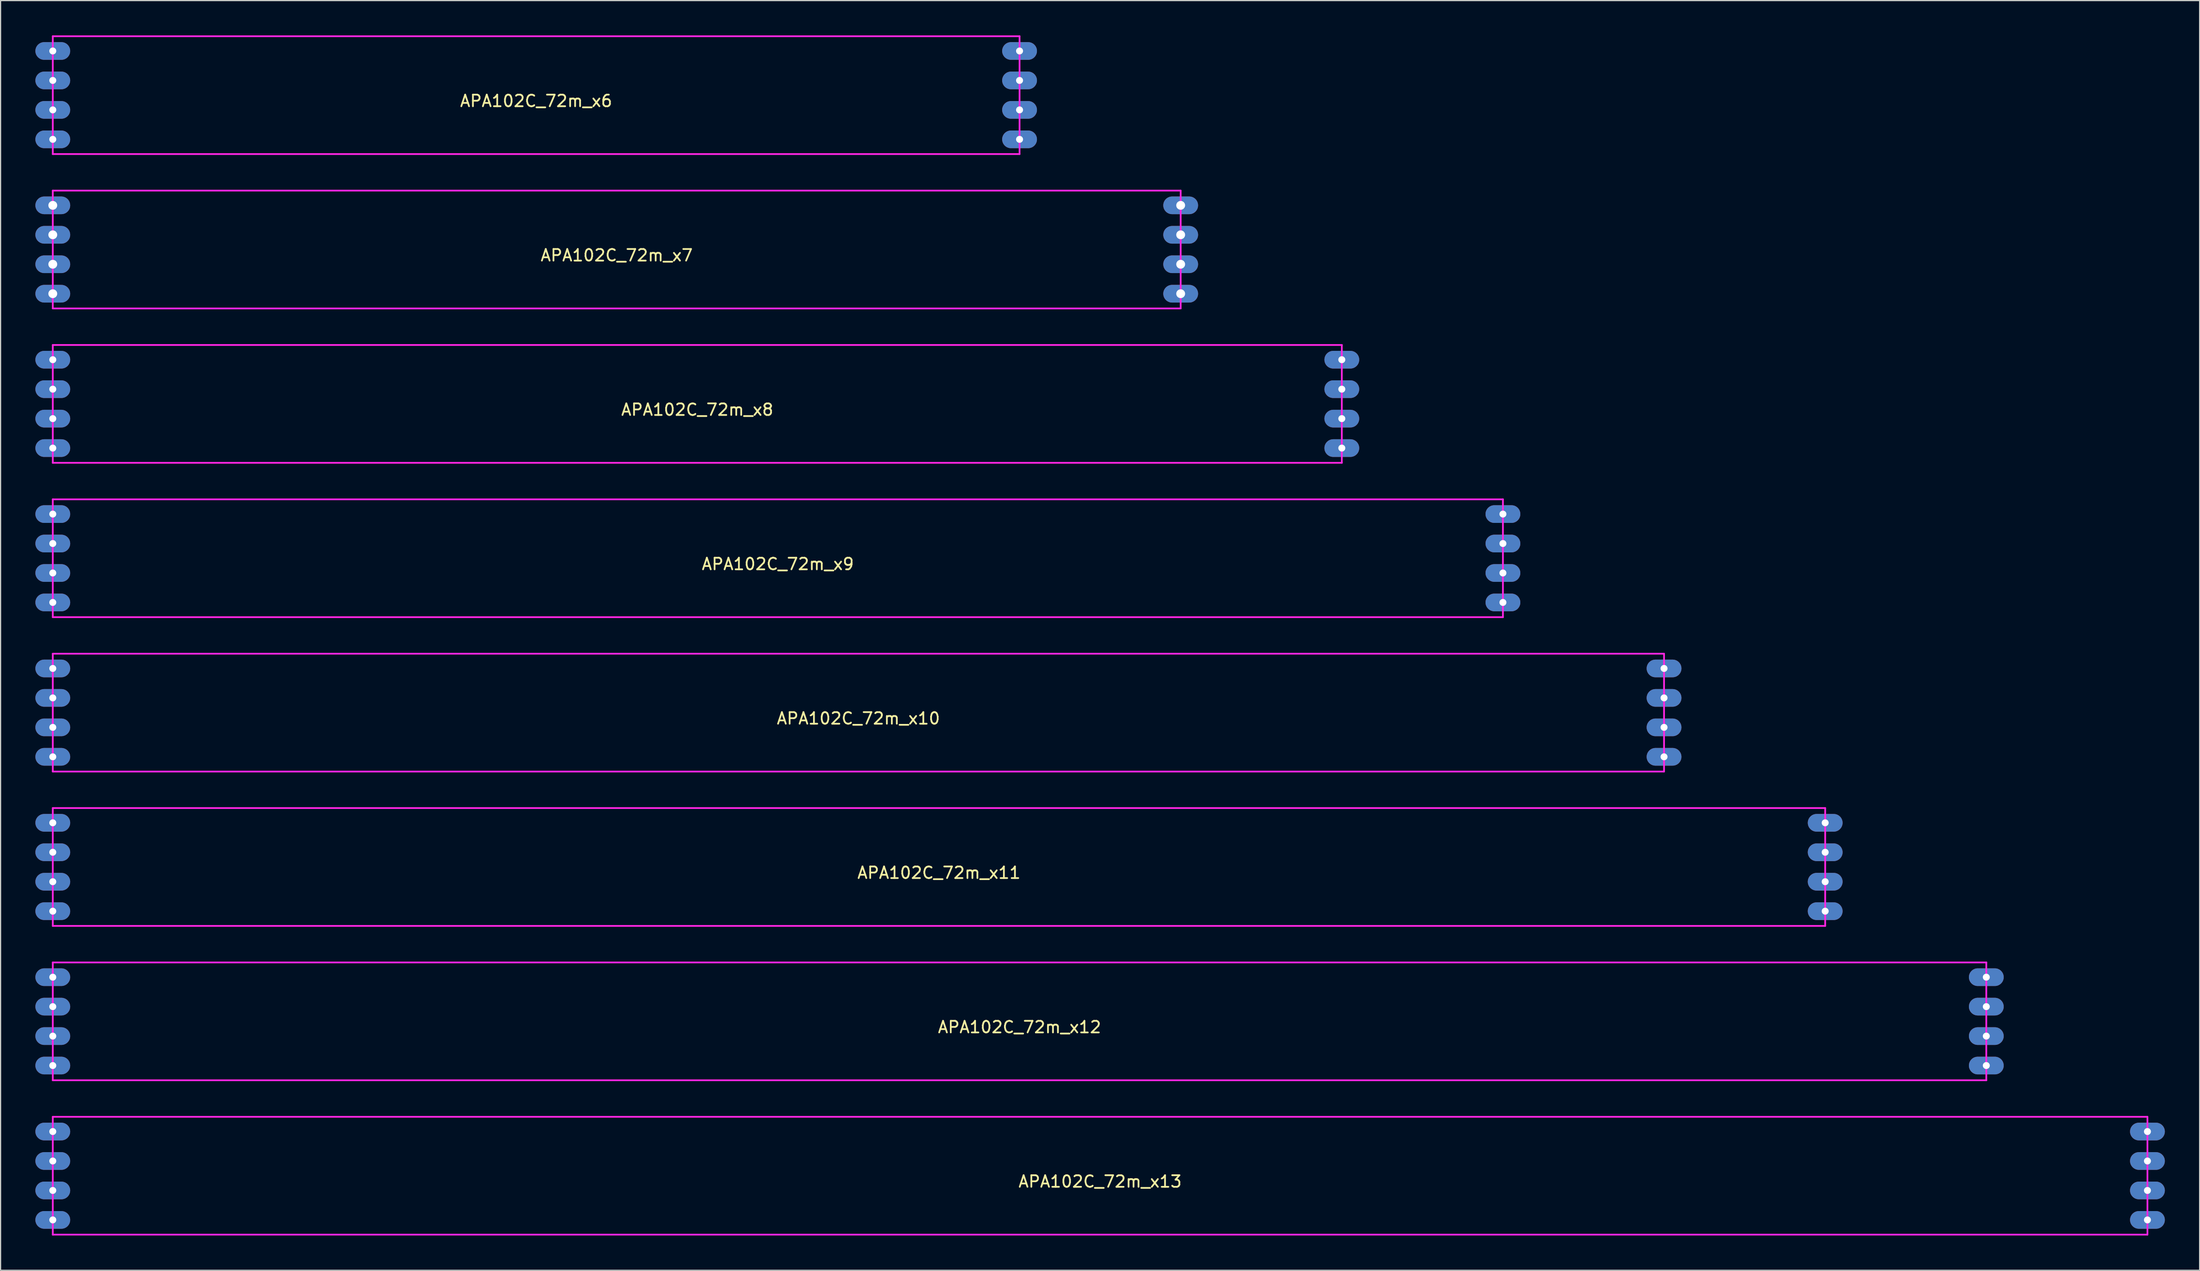
<source format=kicad_pcb>
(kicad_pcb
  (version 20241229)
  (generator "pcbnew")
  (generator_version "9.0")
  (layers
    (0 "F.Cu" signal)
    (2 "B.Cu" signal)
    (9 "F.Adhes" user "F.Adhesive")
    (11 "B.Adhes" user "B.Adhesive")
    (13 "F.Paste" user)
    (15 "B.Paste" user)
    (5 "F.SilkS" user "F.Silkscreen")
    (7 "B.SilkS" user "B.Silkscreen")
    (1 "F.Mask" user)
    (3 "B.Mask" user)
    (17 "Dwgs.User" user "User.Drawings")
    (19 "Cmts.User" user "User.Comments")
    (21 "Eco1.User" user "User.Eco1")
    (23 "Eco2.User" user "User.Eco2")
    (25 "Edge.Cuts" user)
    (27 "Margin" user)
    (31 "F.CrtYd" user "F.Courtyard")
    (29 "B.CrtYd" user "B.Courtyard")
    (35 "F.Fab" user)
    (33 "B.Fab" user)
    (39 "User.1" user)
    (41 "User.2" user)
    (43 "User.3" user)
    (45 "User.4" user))
  (footprint "APA102C_72m_x6"
    (layer "F.Cu")
    (at 43.167 5.155)
    (property "Reference" "APA102C_72m_x6" (at 0 0.5 0) (layer "F.SilkS") (effects (font (size 1 1) (thickness 0.15))))
    (attr through_hole)
    (fp_line (start -41.667 -5.08) (end -41.667 5.08) (stroke (width 0.15) (type solid)) (layer "F.CrtYd"))
    (fp_line (start -41.667 5.08) (end 41.667 5.08) (stroke (width 0.15) (type solid)) (layer "F.CrtYd"))
    (fp_line (start 41.667 -5.08) (end -41.667 -5.08) (stroke (width 0.15) (type solid)) (layer "F.CrtYd"))
    (fp_line (start 41.667 5.08) (end 41.667 -5.08) (stroke (width 0.15) (type solid)) (layer "F.CrtYd"))
    (pad "1" thru_hole oval (at -41.667 -3.81) (size 3 1.524) (drill 0.6) (layers "*.Cu" "*.Mask"))
    (pad "2" thru_hole oval (at -41.667 -1.27) (size 3 1.524) (drill 0.6) (layers "*.Cu" "*.Mask"))
    (pad "3" thru_hole oval (at -41.667 1.27) (size 3 1.524) (drill 0.6) (layers "*.Cu" "*.Mask"))
    (pad "4" thru_hole oval (at -41.667 3.81) (size 3 1.524) (drill 0.6) (layers "*.Cu" "*.Mask"))
    (pad "5" thru_hole oval (at 41.667 -3.81) (size 3 1.524) (drill 0.6) (layers "*.Cu" "*.Mask"))
    (pad "6" thru_hole oval (at 41.667 -1.27) (size 3 1.524) (drill 0.6) (layers "*.Cu" "*.Mask"))
    (pad "7" thru_hole oval (at 41.667 1.27) (size 3 1.524) (drill 0.6) (layers "*.Cu" "*.Mask"))
    (pad "8" thru_hole oval (at 41.667 3.81) (size 3 1.524) (drill 0.6) (layers "*.Cu" "*.Mask")))
  (footprint "APA102C_72m_x13"
    (layer "F.Cu")
    (at 91.778 98.325)
    (property "Reference" "APA102C_72m_x13" (at 0 0.5 0) (layer "F.SilkS") (effects (font (size 1 1) (thickness 0.15))))
    (attr through_hole)
    (fp_line (start -90.278 -5.08) (end -90.278 5.08) (stroke (width 0.15) (type solid)) (layer "F.CrtYd"))
    (fp_line (start -90.278 5.08) (end 90.278 5.08) (stroke (width 0.15) (type solid)) (layer "F.CrtYd"))
    (fp_line (start 90.278 -5.08) (end -90.278 -5.08) (stroke (width 0.15) (type solid)) (layer "F.CrtYd"))
    (fp_line (start 90.278 5.08) (end 90.278 -5.08) (stroke (width 0.15) (type solid)) (layer "F.CrtYd"))
    (pad "1" thru_hole oval (at -90.278 -3.81) (size 3 1.524) (drill 0.6) (layers "*.Cu" "*.Mask"))
    (pad "2" thru_hole oval (at -90.278 -1.27) (size 3 1.524) (drill 0.6) (layers "*.Cu" "*.Mask"))
    (pad "3" thru_hole oval (at -90.278 1.27) (size 3 1.524) (drill 0.6) (layers "*.Cu" "*.Mask"))
    (pad "4" thru_hole oval (at -90.278 3.81) (size 3 1.524) (drill 0.6) (layers "*.Cu" "*.Mask"))
    (pad "5" thru_hole oval (at 90.278 -3.81) (size 3 1.524) (drill 0.6) (layers "*.Cu" "*.Mask"))
    (pad "6" thru_hole oval (at 90.278 -1.27) (size 3 1.524) (drill 0.6) (layers "*.Cu" "*.Mask"))
    (pad "7" thru_hole oval (at 90.278 1.27) (size 3 1.524) (drill 0.6) (layers "*.Cu" "*.Mask"))
    (pad "8" thru_hole oval (at 90.278 3.81) (size 3 1.524) (drill 0.6) (layers "*.Cu" "*.Mask")))
  (footprint "APA102C_72m_x7"
    (layer "F.Cu")
    (at 50.111 18.465)
    (property "Reference" "APA102C_72m_x7" (at 0 0.5 0) (layer "F.SilkS") (effects (font (size 1 1) (thickness 0.15))))
    (attr through_hole)
    (fp_line (start -48.611 -5.08) (end -48.611 5.08) (stroke (width 0.15) (type solid)) (layer "F.CrtYd"))
    (fp_line (start -48.611 5.08) (end 48.611 5.08) (stroke (width 0.15) (type solid)) (layer "F.CrtYd"))
    (fp_line (start 48.611 -5.08) (end -48.611 -5.08) (stroke (width 0.15) (type solid)) (layer "F.CrtYd"))
    (fp_line (start 48.611 5.08) (end 48.611 -5.08) (stroke (width 0.15) (type solid)) (layer "F.CrtYd"))
    (pad "1" thru_hole oval (at -48.611 -3.81) (size 3 1.524) (drill 0.762) (layers "*.Cu" "*.Mask"))
    (pad "2" thru_hole oval (at -48.611 -1.27) (size 3 1.524) (drill 0.762) (layers "*.Cu" "*.Mask"))
    (pad "3" thru_hole oval (at -48.611 1.27) (size 3 1.524) (drill 0.762) (layers "*.Cu" "*.Mask"))
    (pad "4" thru_hole oval (at -48.611 3.81) (size 3 1.524) (drill 0.762) (layers "*.Cu" "*.Mask"))
    (pad "5" thru_hole oval (at 48.611 -3.81) (size 3 1.524) (drill 0.762) (layers "*.Cu" "*.Mask"))
    (pad "6" thru_hole oval (at 48.611 -1.27) (size 3 1.524) (drill 0.762) (layers "*.Cu" "*.Mask"))
    (pad "7" thru_hole oval (at 48.611 1.27) (size 3 1.524) (drill 0.762) (layers "*.Cu" "*.Mask"))
    (pad "8" thru_hole oval (at 48.611 3.81) (size 3 1.524) (drill 0.762) (layers "*.Cu" "*.Mask")))
  (footprint "APA102C_72m_x8"
    (layer "F.Cu")
    (at 57.056 31.775)
    (property "Reference" "APA102C_72m_x8" (at 0 0.5 0) (layer "F.SilkS") (effects (font (size 1 1) (thickness 0.15))))
    (attr through_hole)
    (fp_line (start -55.556 -5.08) (end -55.556 5.08) (stroke (width 0.15) (type solid)) (layer "F.CrtYd"))
    (fp_line (start -55.556 5.08) (end 55.556 5.08) (stroke (width 0.15) (type solid)) (layer "F.CrtYd"))
    (fp_line (start 55.556 -5.08) (end -55.556 -5.08) (stroke (width 0.15) (type solid)) (layer "F.CrtYd"))
    (fp_line (start 55.556 5.08) (end 55.556 -5.08) (stroke (width 0.15) (type solid)) (layer "F.CrtYd"))
    (pad "1" thru_hole oval (at -55.556 -3.81) (size 3 1.524) (drill 0.6) (layers "*.Cu" "*.Mask"))
    (pad "2" thru_hole oval (at -55.556 -1.27) (size 3 1.524) (drill 0.6) (layers "*.Cu" "*.Mask"))
    (pad "3" thru_hole oval (at -55.556 1.27) (size 3 1.524) (drill 0.6) (layers "*.Cu" "*.Mask"))
    (pad "4" thru_hole oval (at -55.556 3.81) (size 3 1.524) (drill 0.6) (layers "*.Cu" "*.Mask"))
    (pad "5" thru_hole oval (at 55.556 -3.81) (size 3 1.524) (drill 0.6) (layers "*.Cu" "*.Mask"))
    (pad "6" thru_hole oval (at 55.556 -1.27) (size 3 1.524) (drill 0.6) (layers "*.Cu" "*.Mask"))
    (pad "7" thru_hole oval (at 55.556 1.27) (size 3 1.524) (drill 0.6) (layers "*.Cu" "*.Mask"))
    (pad "8" thru_hole oval (at 55.556 3.81) (size 3 1.524) (drill 0.6) (layers "*.Cu" "*.Mask")))
  (footprint "APA102C_72m_x12"
    (layer "F.Cu")
    (at 84.833 85.015)
    (property "Reference" "APA102C_72m_x12" (at 0 0.5 0) (layer "F.SilkS") (effects (font (size 1 1) (thickness 0.15))))
    (attr through_hole)
    (fp_line (start -83.333 -5.08) (end -83.333 5.08) (stroke (width 0.15) (type solid)) (layer "F.CrtYd"))
    (fp_line (start -83.333 5.08) (end 83.333 5.08) (stroke (width 0.15) (type solid)) (layer "F.CrtYd"))
    (fp_line (start 83.333 -5.08) (end -83.333 -5.08) (stroke (width 0.15) (type solid)) (layer "F.CrtYd"))
    (fp_line (start 83.333 5.08) (end 83.333 -5.08) (stroke (width 0.15) (type solid)) (layer "F.CrtYd"))
    (pad "1" thru_hole oval (at -83.333 -3.81) (size 3 1.524) (drill 0.6) (layers "*.Cu" "*.Mask"))
    (pad "2" thru_hole oval (at -83.333 -1.27) (size 3 1.524) (drill 0.6) (layers "*.Cu" "*.Mask"))
    (pad "3" thru_hole oval (at -83.333 1.27) (size 3 1.524) (drill 0.6) (layers "*.Cu" "*.Mask"))
    (pad "4" thru_hole oval (at -83.333 3.81) (size 3 1.524) (drill 0.6) (layers "*.Cu" "*.Mask"))
    (pad "5" thru_hole oval (at 83.333 -3.81) (size 3 1.524) (drill 0.6) (layers "*.Cu" "*.Mask"))
    (pad "6" thru_hole oval (at 83.333 -1.27) (size 3 1.524) (drill 0.6) (layers "*.Cu" "*.Mask"))
    (pad "7" thru_hole oval (at 83.333 1.27) (size 3 1.524) (drill 0.6) (layers "*.Cu" "*.Mask"))
    (pad "8" thru_hole oval (at 83.333 3.81) (size 3 1.524) (drill 0.6) (layers "*.Cu" "*.Mask")))
  (footprint "APA102C_72m_x10"
    (layer "F.Cu")
    (at 70.944 58.395)
    (property "Reference" "APA102C_72m_x10" (at 0 0.5 0) (layer "F.SilkS") (effects (font (size 1 1) (thickness 0.15))))
    (attr through_hole)
    (fp_line (start -69.444 -5.08) (end -69.444 5.08) (stroke (width 0.15) (type solid)) (layer "F.CrtYd"))
    (fp_line (start -69.444 5.08) (end 69.444 5.08) (stroke (width 0.15) (type solid)) (layer "F.CrtYd"))
    (fp_line (start 69.444 -5.08) (end -69.444 -5.08) (stroke (width 0.15) (type solid)) (layer "F.CrtYd"))
    (fp_line (start 69.444 5.08) (end 69.444 -5.08) (stroke (width 0.15) (type solid)) (layer "F.CrtYd"))
    (pad "1" thru_hole oval (at -69.444 -3.81) (size 3 1.524) (drill 0.6) (layers "*.Cu" "*.Mask"))
    (pad "2" thru_hole oval (at -69.444 -1.27) (size 3 1.524) (drill 0.6) (layers "*.Cu" "*.Mask"))
    (pad "3" thru_hole oval (at -69.444 1.27) (size 3 1.524) (drill 0.6) (layers "*.Cu" "*.Mask"))
    (pad "4" thru_hole oval (at -69.444 3.81) (size 3 1.524) (drill 0.6) (layers "*.Cu" "*.Mask"))
    (pad "5" thru_hole oval (at 69.444 -3.81) (size 3 1.524) (drill 0.6) (layers "*.Cu" "*.Mask"))
    (pad "6" thru_hole oval (at 69.444 -1.27) (size 3 1.524) (drill 0.6) (layers "*.Cu" "*.Mask"))
    (pad "7" thru_hole oval (at 69.444 1.27) (size 3 1.524) (drill 0.6) (layers "*.Cu" "*.Mask"))
    (pad "8" thru_hole oval (at 69.444 3.81) (size 3 1.524) (drill 0.6) (layers "*.Cu" "*.Mask")))
  (footprint "APA102C_72m_x11"
    (layer "F.Cu")
    (at 77.889 71.705)
    (property "Reference" "APA102C_72m_x11" (at 0 0.5 0) (layer "F.SilkS") (effects (font (size 1 1) (thickness 0.15))))
    (attr through_hole)
    (fp_line (start -76.389 -5.08) (end -76.389 5.08) (stroke (width 0.15) (type solid)) (layer "F.CrtYd"))
    (fp_line (start -76.389 5.08) (end 76.389 5.08) (stroke (width 0.15) (type solid)) (layer "F.CrtYd"))
    (fp_line (start 76.389 -5.08) (end -76.389 -5.08) (stroke (width 0.15) (type solid)) (layer "F.CrtYd"))
    (fp_line (start 76.389 5.08) (end 76.389 -5.08) (stroke (width 0.15) (type solid)) (layer "F.CrtYd"))
    (pad "1" thru_hole oval (at -76.389 -3.81) (size 3 1.524) (drill 0.6) (layers "*.Cu" "*.Mask"))
    (pad "2" thru_hole oval (at -76.389 -1.27) (size 3 1.524) (drill 0.6) (layers "*.Cu" "*.Mask"))
    (pad "3" thru_hole oval (at -76.389 1.27) (size 3 1.524) (drill 0.6) (layers "*.Cu" "*.Mask"))
    (pad "4" thru_hole oval (at -76.389 3.81) (size 3 1.524) (drill 0.6) (layers "*.Cu" "*.Mask"))
    (pad "5" thru_hole oval (at 76.389 -3.81) (size 3 1.524) (drill 0.6) (layers "*.Cu" "*.Mask"))
    (pad "6" thru_hole oval (at 76.389 -1.27) (size 3 1.524) (drill 0.6) (layers "*.Cu" "*.Mask"))
    (pad "7" thru_hole oval (at 76.389 1.27) (size 3 1.524) (drill 0.6) (layers "*.Cu" "*.Mask"))
    (pad "8" thru_hole oval (at 76.389 3.81) (size 3 1.524) (drill 0.6) (layers "*.Cu" "*.Mask")))
  (footprint "APA102C_72m_x9"
    (layer "F.Cu")
    (at 64 45.085)
    (property "Reference" "APA102C_72m_x9" (at 0 0.5 0) (layer "F.SilkS") (effects (font (size 1 1) (thickness 0.15))))
    (attr through_hole)
    (fp_line (start -62.5 -5.08) (end -62.5 5.08) (stroke (width 0.15) (type solid)) (layer "F.CrtYd"))
    (fp_line (start -62.5 5.08) (end 62.5 5.08) (stroke (width 0.15) (type solid)) (layer "F.CrtYd"))
    (fp_line (start 62.5 -5.08) (end -62.5 -5.08) (stroke (width 0.15) (type solid)) (layer "F.CrtYd"))
    (fp_line (start 62.5 5.08) (end 62.5 -5.08) (stroke (width 0.15) (type solid)) (layer "F.CrtYd"))
    (pad "1" thru_hole oval (at -62.5 -3.81) (size 3 1.524) (drill 0.6) (layers "*.Cu" "*.Mask"))
    (pad "2" thru_hole oval (at -62.5 -1.27) (size 3 1.524) (drill 0.6) (layers "*.Cu" "*.Mask"))
    (pad "3" thru_hole oval (at -62.5 1.27) (size 3 1.524) (drill 0.6) (layers "*.Cu" "*.Mask"))
    (pad "4" thru_hole oval (at -62.5 3.81) (size 3 1.524) (drill 0.6) (layers "*.Cu" "*.Mask"))
    (pad "5" thru_hole oval (at 62.5 -3.81) (size 3 1.524) (drill 0.6) (layers "*.Cu" "*.Mask"))
    (pad "6" thru_hole oval (at 62.5 -1.27) (size 3 1.524) (drill 0.6) (layers "*.Cu" "*.Mask"))
    (pad "7" thru_hole oval (at 62.5 1.27) (size 3 1.524) (drill 0.6) (layers "*.Cu" "*.Mask"))
    (pad "8" thru_hole oval (at 62.5 3.81) (size 3 1.524) (drill 0.6) (layers "*.Cu" "*.Mask")))
  (gr_rect
    (start -3 -3)
    (end 186.555 106.48)
    (stroke (width 0.1) (type default))
    (fill no)
    (layer "Edge.Cuts")))
</source>
